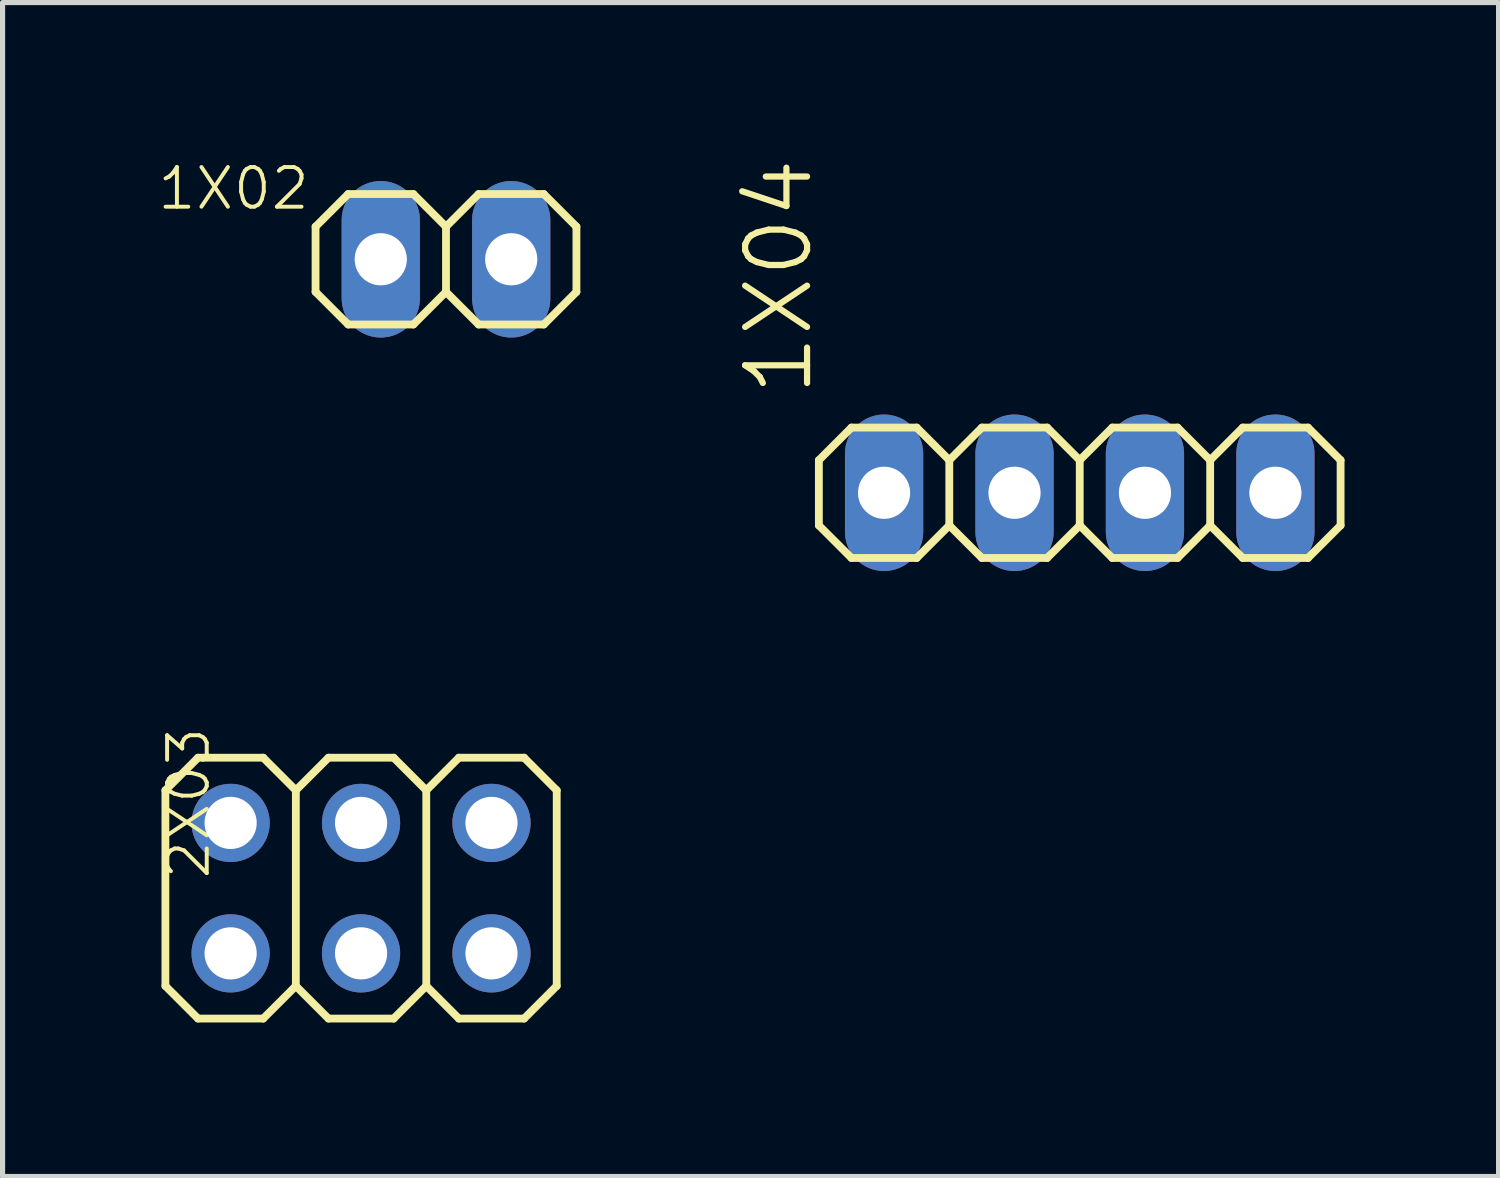
<source format=kicad_pcb>
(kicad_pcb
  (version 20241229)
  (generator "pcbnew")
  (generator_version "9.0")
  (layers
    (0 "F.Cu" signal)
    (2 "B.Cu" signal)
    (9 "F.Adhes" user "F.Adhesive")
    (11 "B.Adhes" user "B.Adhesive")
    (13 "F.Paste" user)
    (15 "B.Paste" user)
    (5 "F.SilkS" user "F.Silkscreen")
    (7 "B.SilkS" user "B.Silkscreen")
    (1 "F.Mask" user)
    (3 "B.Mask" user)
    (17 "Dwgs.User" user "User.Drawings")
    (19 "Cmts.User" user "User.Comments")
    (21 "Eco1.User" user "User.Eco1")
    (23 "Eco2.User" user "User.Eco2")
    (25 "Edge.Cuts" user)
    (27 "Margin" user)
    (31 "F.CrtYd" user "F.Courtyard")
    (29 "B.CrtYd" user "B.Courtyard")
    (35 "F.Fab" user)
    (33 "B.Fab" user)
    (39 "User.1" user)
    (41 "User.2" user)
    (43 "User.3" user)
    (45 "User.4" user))
  (footprint "1X04"
    (layer "F.Cu")
    (at 17.976 6.546)
    (property "Reference" "1X04" (at -5.156 -1.829 270) (layer "F.SilkS") (effects (font (size 1.206 1.206) (thickness 0.121)) (justify left bottom)))
    (attr through_hole)
    (fp_line (start -5.08 -0.635) (end -5.08 0.635) (stroke (width 0.152) (type solid)) (layer "F.SilkS"))
    (fp_line (start -5.08 0.635) (end -4.445 1.27) (stroke (width 0.152) (type solid)) (layer "F.SilkS"))
    (fp_line (start -4.445 -1.27) (end -5.08 -0.635) (stroke (width 0.152) (type solid)) (layer "F.SilkS"))
    (fp_line (start -4.445 -1.27) (end -3.175 -1.27) (stroke (width 0.152) (type solid)) (layer "F.SilkS"))
    (fp_line (start -3.175 -1.27) (end -2.54 -0.635) (stroke (width 0.152) (type solid)) (layer "F.SilkS"))
    (fp_line (start -3.175 1.27) (end -4.445 1.27) (stroke (width 0.152) (type solid)) (layer "F.SilkS"))
    (fp_line (start -2.54 -0.635) (end -2.54 0.635) (stroke (width 0.152) (type solid)) (layer "F.SilkS"))
    (fp_line (start -2.54 -0.635) (end -1.905 -1.27) (stroke (width 0.152) (type solid)) (layer "F.SilkS"))
    (fp_line (start -2.54 0.635) (end -3.175 1.27) (stroke (width 0.152) (type solid)) (layer "F.SilkS"))
    (fp_line (start -1.905 -1.27) (end -0.635 -1.27) (stroke (width 0.152) (type solid)) (layer "F.SilkS"))
    (fp_line (start -1.905 1.27) (end -2.54 0.635) (stroke (width 0.152) (type solid)) (layer "F.SilkS"))
    (fp_line (start -0.635 -1.27) (end 0 -0.635) (stroke (width 0.152) (type solid)) (layer "F.SilkS"))
    (fp_line (start -0.635 1.27) (end -1.905 1.27) (stroke (width 0.152) (type solid)) (layer "F.SilkS"))
    (fp_line (start 0 -0.635) (end 0 0.635) (stroke (width 0.152) (type solid)) (layer "F.SilkS"))
    (fp_line (start 0 -0.635) (end 0.635 -1.27) (stroke (width 0.152) (type solid)) (layer "F.SilkS"))
    (fp_line (start 0 0.635) (end -0.635 1.27) (stroke (width 0.152) (type solid)) (layer "F.SilkS"))
    (fp_line (start 0.635 -1.27) (end 1.905 -1.27) (stroke (width 0.152) (type solid)) (layer "F.SilkS"))
    (fp_line (start 0.635 1.27) (end 0 0.635) (stroke (width 0.152) (type solid)) (layer "F.SilkS"))
    (fp_line (start 1.905 -1.27) (end 2.54 -0.635) (stroke (width 0.152) (type solid)) (layer "F.SilkS"))
    (fp_line (start 1.905 1.27) (end 0.635 1.27) (stroke (width 0.152) (type solid)) (layer "F.SilkS"))
    (fp_line (start 2.54 -0.635) (end 2.54 0.635) (stroke (width 0.152) (type solid)) (layer "F.SilkS"))
    (fp_line (start 2.54 0.635) (end 1.905 1.27) (stroke (width 0.152) (type solid)) (layer "F.SilkS"))
    (fp_line (start 2.54 0.635) (end 3.175 1.27) (stroke (width 0.152) (type solid)) (layer "F.SilkS"))
    (fp_line (start 3.175 -1.27) (end 2.54 -0.635) (stroke (width 0.152) (type solid)) (layer "F.SilkS"))
    (fp_line (start 3.175 -1.27) (end 4.445 -1.27) (stroke (width 0.152) (type solid)) (layer "F.SilkS"))
    (fp_line (start 4.445 -1.27) (end 5.08 -0.635) (stroke (width 0.152) (type solid)) (layer "F.SilkS"))
    (fp_line (start 4.445 1.27) (end 3.175 1.27) (stroke (width 0.152) (type solid)) (layer "F.SilkS"))
    (fp_line (start 5.08 -0.635) (end 5.08 0.635) (stroke (width 0.152) (type solid)) (layer "F.SilkS"))
    (fp_line (start 5.08 0.635) (end 4.445 1.27) (stroke (width 0.152) (type solid)) (layer "F.SilkS"))
    (fp_poly (pts (xy -4.064 0.254) (xy -3.556 0.254) (xy -3.556 -0.254) (xy -4.064 -0.254)) (stroke (width 0.1) (type solid)) (fill no) (layer "F.Fab"))
    (fp_poly (pts (xy -1.524 0.254) (xy -1.016 0.254) (xy -1.016 -0.254) (xy -1.524 -0.254)) (stroke (width 0.1) (type solid)) (fill no) (layer "F.Fab"))
    (fp_poly (pts (xy 1.016 0.254) (xy 1.524 0.254) (xy 1.524 -0.254) (xy 1.016 -0.254)) (stroke (width 0.1) (type solid)) (fill no) (layer "F.Fab"))
    (fp_poly (pts (xy 3.556 0.254) (xy 4.064 0.254) (xy 4.064 -0.254) (xy 3.556 -0.254)) (stroke (width 0.1) (type solid)) (fill no) (layer "F.Fab"))
    (pad "1" thru_hole oval (at -3.81 0 90) (size 3.048 1.524) (drill 1.016) (layers "*.Cu" "*.Mask"))
    (pad "2" thru_hole oval (at -1.27 0 90) (size 3.048 1.524) (drill 1.016) (layers "*.Cu" "*.Mask"))
    (pad "3" thru_hole oval (at 1.27 0 90) (size 3.048 1.524) (drill 1.016) (layers "*.Cu" "*.Mask"))
    (pad "4" thru_hole oval (at 3.81 0 90) (size 3.048 1.524) (drill 1.016) (layers "*.Cu" "*.Mask")))
  (footprint "2X03"
    (layer "F.Cu")
    (at 3.981 14.245)
    (property "Reference" "2X03" (at -3.81 -3.175 270) (layer "F.SilkS") (effects (font (size 0.772 0.772) (thickness 0.077)) (justify right top)))
    (attr through_hole)
    (fp_line (start -3.81 -1.905) (end -3.175 -2.54) (stroke (width 0.152) (type solid)) (layer "F.SilkS"))
    (fp_line (start -3.81 1.905) (end -3.81 -1.905) (stroke (width 0.152) (type solid)) (layer "F.SilkS"))
    (fp_line (start -3.81 1.905) (end -3.175 2.54) (stroke (width 0.152) (type solid)) (layer "F.SilkS"))
    (fp_line (start -3.175 -2.54) (end -1.905 -2.54) (stroke (width 0.152) (type solid)) (layer "F.SilkS"))
    (fp_line (start -3.175 2.54) (end -1.905 2.54) (stroke (width 0.152) (type solid)) (layer "F.SilkS"))
    (fp_line (start -1.905 -2.54) (end -1.27 -1.905) (stroke (width 0.152) (type solid)) (layer "F.SilkS"))
    (fp_line (start -1.905 2.54) (end -1.27 1.905) (stroke (width 0.152) (type solid)) (layer "F.SilkS"))
    (fp_line (start -1.27 -1.905) (end -1.27 1.905) (stroke (width 0.152) (type solid)) (layer "F.SilkS"))
    (fp_line (start -1.27 -1.905) (end -0.635 -2.54) (stroke (width 0.152) (type solid)) (layer "F.SilkS"))
    (fp_line (start -1.27 1.905) (end -0.635 2.54) (stroke (width 0.152) (type solid)) (layer "F.SilkS"))
    (fp_line (start -0.635 -2.54) (end 0.635 -2.54) (stroke (width 0.152) (type solid)) (layer "F.SilkS"))
    (fp_line (start -0.635 2.54) (end 0.635 2.54) (stroke (width 0.152) (type solid)) (layer "F.SilkS"))
    (fp_line (start 0.635 -2.54) (end 1.27 -1.905) (stroke (width 0.152) (type solid)) (layer "F.SilkS"))
    (fp_line (start 0.635 2.54) (end 1.27 1.905) (stroke (width 0.152) (type solid)) (layer "F.SilkS"))
    (fp_line (start 1.27 -1.905) (end 1.27 1.905) (stroke (width 0.152) (type solid)) (layer "F.SilkS"))
    (fp_line (start 1.27 -1.905) (end 1.905 -2.54) (stroke (width 0.152) (type solid)) (layer "F.SilkS"))
    (fp_line (start 1.27 1.905) (end 1.905 2.54) (stroke (width 0.152) (type solid)) (layer "F.SilkS"))
    (fp_line (start 1.905 -2.54) (end 3.175 -2.54) (stroke (width 0.152) (type solid)) (layer "F.SilkS"))
    (fp_line (start 1.905 2.54) (end 3.175 2.54) (stroke (width 0.152) (type solid)) (layer "F.SilkS"))
    (fp_line (start 3.175 -2.54) (end 3.81 -1.905) (stroke (width 0.152) (type solid)) (layer "F.SilkS"))
    (fp_line (start 3.175 2.54) (end 3.81 1.905) (stroke (width 0.152) (type solid)) (layer "F.SilkS"))
    (fp_line (start 3.81 -1.905) (end 3.81 1.905) (stroke (width 0.152) (type solid)) (layer "F.SilkS"))
    (fp_poly (pts (xy -2.794 -1.016) (xy -2.286 -1.016) (xy -2.286 -1.524) (xy -2.794 -1.524)) (stroke (width 0.1) (type solid)) (fill no) (layer "F.Fab"))
    (fp_poly (pts (xy -2.794 1.524) (xy -2.286 1.524) (xy -2.286 1.016) (xy -2.794 1.016)) (stroke (width 0.1) (type solid)) (fill no) (layer "F.Fab"))
    (fp_poly (pts (xy -0.254 -1.016) (xy 0.254 -1.016) (xy 0.254 -1.524) (xy -0.254 -1.524)) (stroke (width 0.1) (type solid)) (fill no) (layer "F.Fab"))
    (fp_poly (pts (xy -0.254 1.524) (xy 0.254 1.524) (xy 0.254 1.016) (xy -0.254 1.016)) (stroke (width 0.1) (type solid)) (fill no) (layer "F.Fab"))
    (fp_poly (pts (xy 2.286 -1.016) (xy 2.794 -1.016) (xy 2.794 -1.524) (xy 2.286 -1.524)) (stroke (width 0.1) (type solid)) (fill no) (layer "F.Fab"))
    (fp_poly (pts (xy 2.286 1.524) (xy 2.794 1.524) (xy 2.794 1.016) (xy 2.286 1.016)) (stroke (width 0.1) (type solid)) (fill no) (layer "F.Fab"))
    (pad "1" thru_hole circle (at -2.54 1.27) (size 1.524 1.524) (drill 1.016) (layers "*.Cu" "*.Mask"))
    (pad "2" thru_hole circle (at -2.54 -1.27) (size 1.524 1.524) (drill 1.016) (layers "*.Cu" "*.Mask"))
    (pad "3" thru_hole circle (at 0 1.27) (size 1.524 1.524) (drill 1.016) (layers "*.Cu" "*.Mask"))
    (pad "4" thru_hole circle (at 0 -1.27) (size 1.524 1.524) (drill 1.016) (layers "*.Cu" "*.Mask"))
    (pad "5" thru_hole circle (at 2.54 1.27) (size 1.524 1.524) (drill 1.016) (layers "*.Cu" "*.Mask"))
    (pad "6" thru_hole circle (at 2.54 -1.27) (size 1.524 1.524) (drill 1.016) (layers "*.Cu" "*.Mask")))
  (footprint "1X02"
    (layer "F.Cu")
    (at 5.635 1.999)
    (property "Reference" "1X02" (at -2.616 -1.829 180) (layer "F.SilkS") (effects (font (size 0.772 0.772) (thickness 0.077)) (justify right top)))
    (attr through_hole)
    (fp_line (start -2.54 -0.635) (end -2.54 0.635) (stroke (width 0.152) (type solid)) (layer "F.SilkS"))
    (fp_line (start -2.54 0.635) (end -1.905 1.27) (stroke (width 0.152) (type solid)) (layer "F.SilkS"))
    (fp_line (start -1.905 -1.27) (end -2.54 -0.635) (stroke (width 0.152) (type solid)) (layer "F.SilkS"))
    (fp_line (start -1.905 -1.27) (end -0.635 -1.27) (stroke (width 0.152) (type solid)) (layer "F.SilkS"))
    (fp_line (start -0.635 -1.27) (end 0 -0.635) (stroke (width 0.152) (type solid)) (layer "F.SilkS"))
    (fp_line (start -0.635 1.27) (end -1.905 1.27) (stroke (width 0.152) (type solid)) (layer "F.SilkS"))
    (fp_line (start 0 -0.635) (end 0 0.635) (stroke (width 0.152) (type solid)) (layer "F.SilkS"))
    (fp_line (start 0 -0.635) (end 0.635 -1.27) (stroke (width 0.152) (type solid)) (layer "F.SilkS"))
    (fp_line (start 0 0.635) (end -0.635 1.27) (stroke (width 0.152) (type solid)) (layer "F.SilkS"))
    (fp_line (start 0.635 -1.27) (end 1.905 -1.27) (stroke (width 0.152) (type solid)) (layer "F.SilkS"))
    (fp_line (start 0.635 1.27) (end 0 0.635) (stroke (width 0.152) (type solid)) (layer "F.SilkS"))
    (fp_line (start 1.905 -1.27) (end 2.54 -0.635) (stroke (width 0.152) (type solid)) (layer "F.SilkS"))
    (fp_line (start 1.905 1.27) (end 0.635 1.27) (stroke (width 0.152) (type solid)) (layer "F.SilkS"))
    (fp_line (start 2.54 -0.635) (end 2.54 0.635) (stroke (width 0.152) (type solid)) (layer "F.SilkS"))
    (fp_line (start 2.54 0.635) (end 1.905 1.27) (stroke (width 0.152) (type solid)) (layer "F.SilkS"))
    (fp_poly (pts (xy -1.524 0.254) (xy -1.016 0.254) (xy -1.016 -0.254) (xy -1.524 -0.254)) (stroke (width 0.1) (type solid)) (fill no) (layer "F.Fab"))
    (fp_poly (pts (xy 1.016 0.254) (xy 1.524 0.254) (xy 1.524 -0.254) (xy 1.016 -0.254)) (stroke (width 0.1) (type solid)) (fill no) (layer "F.Fab"))
    (pad "1" thru_hole oval (at -1.27 0 90) (size 3.048 1.524) (drill 1.016) (layers "*.Cu" "*.Mask"))
    (pad "2" thru_hole oval (at 1.27 0 90) (size 3.048 1.524) (drill 1.016) (layers "*.Cu" "*.Mask")))
  (gr_rect
    (start -3 -3)
    (end 26.132 19.861)
    (stroke (width 0.1) (type default))
    (fill no)
    (layer "Edge.Cuts")))
</source>
